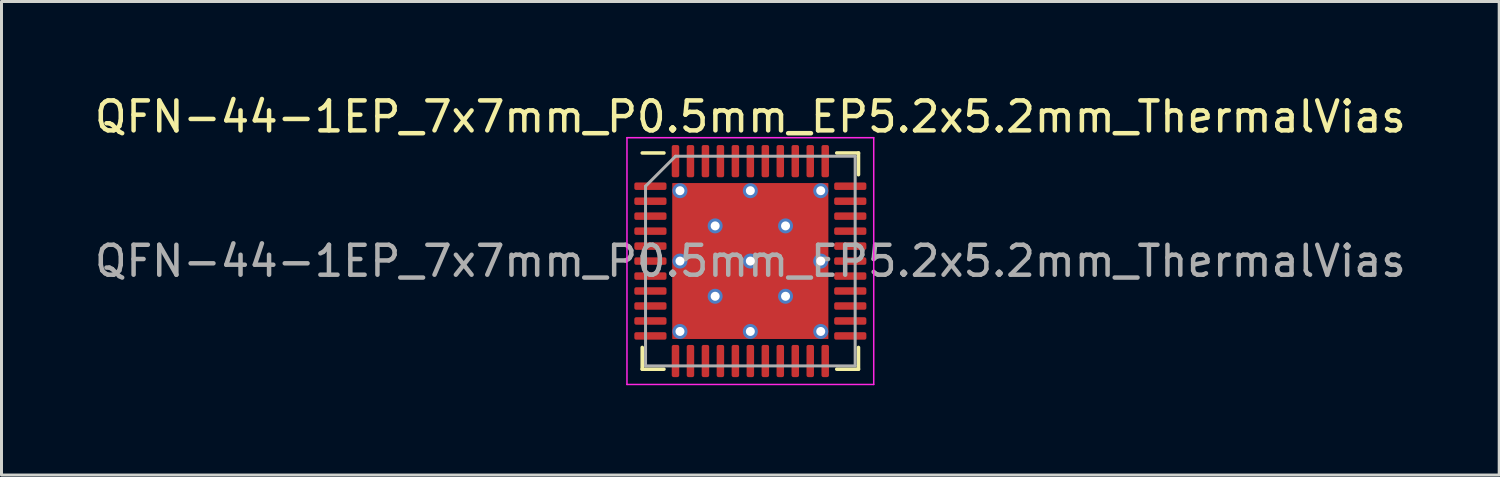
<source format=kicad_pcb>
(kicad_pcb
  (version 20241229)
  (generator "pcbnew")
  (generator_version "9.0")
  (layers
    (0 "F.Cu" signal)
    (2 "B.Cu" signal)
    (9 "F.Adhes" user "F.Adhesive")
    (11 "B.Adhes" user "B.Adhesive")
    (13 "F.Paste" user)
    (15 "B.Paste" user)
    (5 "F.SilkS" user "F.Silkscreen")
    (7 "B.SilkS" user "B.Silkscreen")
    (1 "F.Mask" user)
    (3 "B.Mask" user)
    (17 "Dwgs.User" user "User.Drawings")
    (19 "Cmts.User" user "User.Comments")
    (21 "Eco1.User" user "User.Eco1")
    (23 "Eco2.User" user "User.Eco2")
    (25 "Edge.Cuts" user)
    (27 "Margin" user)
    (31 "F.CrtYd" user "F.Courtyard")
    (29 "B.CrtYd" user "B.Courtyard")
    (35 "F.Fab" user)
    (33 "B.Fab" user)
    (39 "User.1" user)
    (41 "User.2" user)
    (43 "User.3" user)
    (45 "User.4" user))
  (footprint "QFN-44-1EP_7x7mm_P0.5mm_EP5.2x5.2mm_ThermalVias"
    (layer "F.Cu")
    (at 22.006 5.668)
    (property "Reference" "QFN-44-1EP_7x7mm_P0.5mm_EP5.2x5.2mm_ThermalVias" (at 0 -4.82 180) (layer "F.SilkS") (effects (font (size 1 1) (thickness 0.15))))
    (attr smd)
    (fp_line (start -3.61 3.61) (end -3.61 2.885) (stroke (width 0.12) (type solid)) (layer "F.SilkS"))
    (fp_line (start -2.885 -3.61) (end -3.61 -3.61) (stroke (width 0.12) (type solid)) (layer "F.SilkS"))
    (fp_line (start -2.885 3.61) (end -3.61 3.61) (stroke (width 0.12) (type solid)) (layer "F.SilkS"))
    (fp_line (start 2.885 -3.61) (end 3.61 -3.61) (stroke (width 0.12) (type solid)) (layer "F.SilkS"))
    (fp_line (start 2.885 3.61) (end 3.61 3.61) (stroke (width 0.12) (type solid)) (layer "F.SilkS"))
    (fp_line (start 3.61 -3.61) (end 3.61 -2.885) (stroke (width 0.12) (type solid)) (layer "F.SilkS"))
    (fp_line (start 3.61 3.61) (end 3.61 2.885) (stroke (width 0.12) (type solid)) (layer "F.SilkS"))
    (fp_line (start -4.12 -4.12) (end -4.12 4.12) (stroke (width 0.05) (type solid)) (layer "F.CrtYd"))
    (fp_line (start -4.12 4.12) (end 4.12 4.12) (stroke (width 0.05) (type solid)) (layer "F.CrtYd"))
    (fp_line (start 4.12 -4.12) (end -4.12 -4.12) (stroke (width 0.05) (type solid)) (layer "F.CrtYd"))
    (fp_line (start 4.12 4.12) (end 4.12 -4.12) (stroke (width 0.05) (type solid)) (layer "F.CrtYd"))
    (fp_line (start -3.5 -2.5) (end -2.5 -3.5) (stroke (width 0.1) (type solid)) (layer "F.Fab"))
    (fp_line (start -3.5 3.5) (end -3.5 -2.5) (stroke (width 0.1) (type solid)) (layer "F.Fab"))
    (fp_line (start -2.5 -3.5) (end 3.5 -3.5) (stroke (width 0.1) (type solid)) (layer "F.Fab"))
    (fp_line (start 3.5 -3.5) (end 3.5 3.5) (stroke (width 0.1) (type solid)) (layer "F.Fab"))
    (fp_line (start 3.5 3.5) (end -3.5 3.5) (stroke (width 0.1) (type solid)) (layer "F.Fab"))
    (fp_text user "${REFERENCE}" (at 0 0 180) (layer "F.Fab") (effects (font (size 1 1) (thickness 0.15))))
    (pad "" smd roundrect (at -1.762 -1.762) (size 1.007 1.007) (layers "F.Paste") (roundrect_rratio 0.248))
    (pad "" smd roundrect (at -1.762 -0.588) (size 1.007 1.007) (layers "F.Paste") (roundrect_rratio 0.248))
    (pad "" smd roundrect (at -1.762 0.588) (size 1.007 1.007) (layers "F.Paste") (roundrect_rratio 0.248))
    (pad "" smd roundrect (at -1.762 1.762) (size 1.007 1.007) (layers "F.Paste") (roundrect_rratio 0.248))
    (pad "" smd roundrect (at -0.588 -1.762) (size 1.007 1.007) (layers "F.Paste") (roundrect_rratio 0.248))
    (pad "" smd roundrect (at -0.588 -0.588) (size 1.007 1.007) (layers "F.Paste") (roundrect_rratio 0.248))
    (pad "" smd roundrect (at -0.588 0.588) (size 1.007 1.007) (layers "F.Paste") (roundrect_rratio 0.248))
    (pad "" smd roundrect (at -0.588 1.762) (size 1.007 1.007) (layers "F.Paste") (roundrect_rratio 0.248))
    (pad "" smd roundrect (at 0.588 -1.762) (size 1.007 1.007) (layers "F.Paste") (roundrect_rratio 0.248))
    (pad "" smd roundrect (at 0.588 -0.588) (size 1.007 1.007) (layers "F.Paste") (roundrect_rratio 0.248))
    (pad "" smd roundrect (at 0.588 0.588) (size 1.007 1.007) (layers "F.Paste") (roundrect_rratio 0.248))
    (pad "" smd roundrect (at 0.588 1.762) (size 1.007 1.007) (layers "F.Paste") (roundrect_rratio 0.248))
    (pad "" smd roundrect (at 1.762 -1.762) (size 1.007 1.007) (layers "F.Paste") (roundrect_rratio 0.248))
    (pad "" smd roundrect (at 1.762 -0.588) (size 1.007 1.007) (layers "F.Paste") (roundrect_rratio 0.248))
    (pad "" smd roundrect (at 1.762 0.588) (size 1.007 1.007) (layers "F.Paste") (roundrect_rratio 0.248))
    (pad "" smd roundrect (at 1.762 1.762) (size 1.007 1.007) (layers "F.Paste") (roundrect_rratio 0.248))
    (pad "1" smd roundrect (at -3.337 -2.5) (size 1.075 0.25) (layers "F.Cu" "F.Mask" "F.Paste") (roundrect_rratio 0.25))
    (pad "2" smd roundrect (at -3.337 -2) (size 1.075 0.25) (layers "F.Cu" "F.Mask" "F.Paste") (roundrect_rratio 0.25))
    (pad "3" smd roundrect (at -3.337 -1.5) (size 1.075 0.25) (layers "F.Cu" "F.Mask" "F.Paste") (roundrect_rratio 0.25))
    (pad "4" smd roundrect (at -3.337 -1) (size 1.075 0.25) (layers "F.Cu" "F.Mask" "F.Paste") (roundrect_rratio 0.25))
    (pad "5" smd roundrect (at -3.337 -0.5) (size 1.075 0.25) (layers "F.Cu" "F.Mask" "F.Paste") (roundrect_rratio 0.25))
    (pad "6" smd roundrect (at -3.337 0) (size 1.075 0.25) (layers "F.Cu" "F.Mask" "F.Paste") (roundrect_rratio 0.25))
    (pad "7" smd roundrect (at -3.337 0.5) (size 1.075 0.25) (layers "F.Cu" "F.Mask" "F.Paste") (roundrect_rratio 0.25))
    (pad "8" smd roundrect (at -3.337 1) (size 1.075 0.25) (layers "F.Cu" "F.Mask" "F.Paste") (roundrect_rratio 0.25))
    (pad "9" smd roundrect (at -3.337 1.5) (size 1.075 0.25) (layers "F.Cu" "F.Mask" "F.Paste") (roundrect_rratio 0.25))
    (pad "10" smd roundrect (at -3.337 2) (size 1.075 0.25) (layers "F.Cu" "F.Mask" "F.Paste") (roundrect_rratio 0.25))
    (pad "11" smd roundrect (at -3.337 2.5) (size 1.075 0.25) (layers "F.Cu" "F.Mask" "F.Paste") (roundrect_rratio 0.25))
    (pad "12" smd roundrect (at -2.5 3.337) (size 0.25 1.075) (layers "F.Cu" "F.Mask" "F.Paste") (roundrect_rratio 0.25))
    (pad "13" smd roundrect (at -2 3.337) (size 0.25 1.075) (layers "F.Cu" "F.Mask" "F.Paste") (roundrect_rratio 0.25))
    (pad "14" smd roundrect (at -1.5 3.337) (size 0.25 1.075) (layers "F.Cu" "F.Mask" "F.Paste") (roundrect_rratio 0.25))
    (pad "15" smd roundrect (at -1 3.337) (size 0.25 1.075) (layers "F.Cu" "F.Mask" "F.Paste") (roundrect_rratio 0.25))
    (pad "16" smd roundrect (at -0.5 3.337) (size 0.25 1.075) (layers "F.Cu" "F.Mask" "F.Paste") (roundrect_rratio 0.25))
    (pad "17" smd roundrect (at 0 3.337) (size 0.25 1.075) (layers "F.Cu" "F.Mask" "F.Paste") (roundrect_rratio 0.25))
    (pad "18" smd roundrect (at 0.5 3.337) (size 0.25 1.075) (layers "F.Cu" "F.Mask" "F.Paste") (roundrect_rratio 0.25))
    (pad "19" smd roundrect (at 1 3.337) (size 0.25 1.075) (layers "F.Cu" "F.Mask" "F.Paste") (roundrect_rratio 0.25))
    (pad "20" smd roundrect (at 1.5 3.337) (size 0.25 1.075) (layers "F.Cu" "F.Mask" "F.Paste") (roundrect_rratio 0.25))
    (pad "21" smd roundrect (at 2 3.337) (size 0.25 1.075) (layers "F.Cu" "F.Mask" "F.Paste") (roundrect_rratio 0.25))
    (pad "22" smd roundrect (at 2.5 3.337) (size 0.25 1.075) (layers "F.Cu" "F.Mask" "F.Paste") (roundrect_rratio 0.25))
    (pad "23" smd roundrect (at 3.337 2.5) (size 1.075 0.25) (layers "F.Cu" "F.Mask" "F.Paste") (roundrect_rratio 0.25))
    (pad "24" smd roundrect (at 3.337 2) (size 1.075 0.25) (layers "F.Cu" "F.Mask" "F.Paste") (roundrect_rratio 0.25))
    (pad "25" smd roundrect (at 3.337 1.5) (size 1.075 0.25) (layers "F.Cu" "F.Mask" "F.Paste") (roundrect_rratio 0.25))
    (pad "26" smd roundrect (at 3.337 1) (size 1.075 0.25) (layers "F.Cu" "F.Mask" "F.Paste") (roundrect_rratio 0.25))
    (pad "27" smd roundrect (at 3.337 0.5) (size 1.075 0.25) (layers "F.Cu" "F.Mask" "F.Paste") (roundrect_rratio 0.25))
    (pad "28" smd roundrect (at 3.337 0) (size 1.075 0.25) (layers "F.Cu" "F.Mask" "F.Paste") (roundrect_rratio 0.25))
    (pad "29" smd roundrect (at 3.337 -0.5) (size 1.075 0.25) (layers "F.Cu" "F.Mask" "F.Paste") (roundrect_rratio 0.25))
    (pad "30" smd roundrect (at 3.337 -1) (size 1.075 0.25) (layers "F.Cu" "F.Mask" "F.Paste") (roundrect_rratio 0.25))
    (pad "31" smd roundrect (at 3.337 -1.5) (size 1.075 0.25) (layers "F.Cu" "F.Mask" "F.Paste") (roundrect_rratio 0.25))
    (pad "32" smd roundrect (at 3.337 -2) (size 1.075 0.25) (layers "F.Cu" "F.Mask" "F.Paste") (roundrect_rratio 0.25))
    (pad "33" smd roundrect (at 3.337 -2.5) (size 1.075 0.25) (layers "F.Cu" "F.Mask" "F.Paste") (roundrect_rratio 0.25))
    (pad "34" smd roundrect (at 2.5 -3.337) (size 0.25 1.075) (layers "F.Cu" "F.Mask" "F.Paste") (roundrect_rratio 0.25))
    (pad "35" smd roundrect (at 2 -3.337) (size 0.25 1.075) (layers "F.Cu" "F.Mask" "F.Paste") (roundrect_rratio 0.25))
    (pad "36" smd roundrect (at 1.5 -3.337) (size 0.25 1.075) (layers "F.Cu" "F.Mask" "F.Paste") (roundrect_rratio 0.25))
    (pad "37" smd roundrect (at 1 -3.337) (size 0.25 1.075) (layers "F.Cu" "F.Mask" "F.Paste") (roundrect_rratio 0.25))
    (pad "38" smd roundrect (at 0.5 -3.337) (size 0.25 1.075) (layers "F.Cu" "F.Mask" "F.Paste") (roundrect_rratio 0.25))
    (pad "39" smd roundrect (at 0 -3.337) (size 0.25 1.075) (layers "F.Cu" "F.Mask" "F.Paste") (roundrect_rratio 0.25))
    (pad "40" smd roundrect (at -0.5 -3.337) (size 0.25 1.075) (layers "F.Cu" "F.Mask" "F.Paste") (roundrect_rratio 0.25))
    (pad "41" smd roundrect (at -1 -3.337) (size 0.25 1.075) (layers "F.Cu" "F.Mask" "F.Paste") (roundrect_rratio 0.25))
    (pad "42" smd roundrect (at -1.5 -3.337) (size 0.25 1.075) (layers "F.Cu" "F.Mask" "F.Paste") (roundrect_rratio 0.25))
    (pad "43" smd roundrect (at -2 -3.337) (size 0.25 1.075) (layers "F.Cu" "F.Mask" "F.Paste") (roundrect_rratio 0.25))
    (pad "44" smd roundrect (at -2.5 -3.337) (size 0.25 1.075) (layers "F.Cu" "F.Mask" "F.Paste") (roundrect_rratio 0.25))
    (pad "45" thru_hole circle (at -2.35 -2.35) (size 0.5 0.5) (drill 0.3) (layers "*.Cu"))
    (pad "45" thru_hole circle (at -2.35 0) (size 0.5 0.5) (drill 0.3) (layers "*.Cu"))
    (pad "45" thru_hole circle (at -2.35 2.35) (size 0.5 0.5) (drill 0.3) (layers "*.Cu"))
    (pad "45" thru_hole circle (at -1.175 -1.175) (size 0.5 0.5) (drill 0.3) (layers "*.Cu"))
    (pad "45" thru_hole circle (at -1.175 1.175) (size 0.5 0.5) (drill 0.3) (layers "*.Cu"))
    (pad "45" thru_hole circle (at 0 -2.35) (size 0.5 0.5) (drill 0.3) (layers "*.Cu"))
    (pad "45" thru_hole circle (at 0 0) (size 0.5 0.5) (drill 0.3) (layers "*.Cu"))
    (pad "45" smd rect (at 0 0) (size 5.2 5.2) (layers "F.Cu"))
    (pad "45" smd rect (at 0 0) (size 5.2 5.2) (layers "F.Cu" "F.Mask"))
    (pad "45" thru_hole circle (at 0 2.35) (size 0.5 0.5) (drill 0.3) (layers "*.Cu"))
    (pad "45" thru_hole circle (at 1.175 -1.175) (size 0.5 0.5) (drill 0.3) (layers "*.Cu"))
    (pad "45" thru_hole circle (at 1.175 1.175) (size 0.5 0.5) (drill 0.3) (layers "*.Cu"))
    (pad "45" thru_hole circle (at 2.35 -2.35) (size 0.5 0.5) (drill 0.3) (layers "*.Cu"))
    (pad "45" thru_hole circle (at 2.35 0) (size 0.5 0.5) (drill 0.3) (layers "*.Cu"))
    (pad "45" thru_hole circle (at 2.35 2.35) (size 0.5 0.5) (drill 0.3) (layers "*.Cu")))
  (gr_rect
    (start -3 -3)
    (end 47.012 12.813)
    (stroke (width 0.1) (type default))
    (fill no)
    (layer "Edge.Cuts")))
</source>
